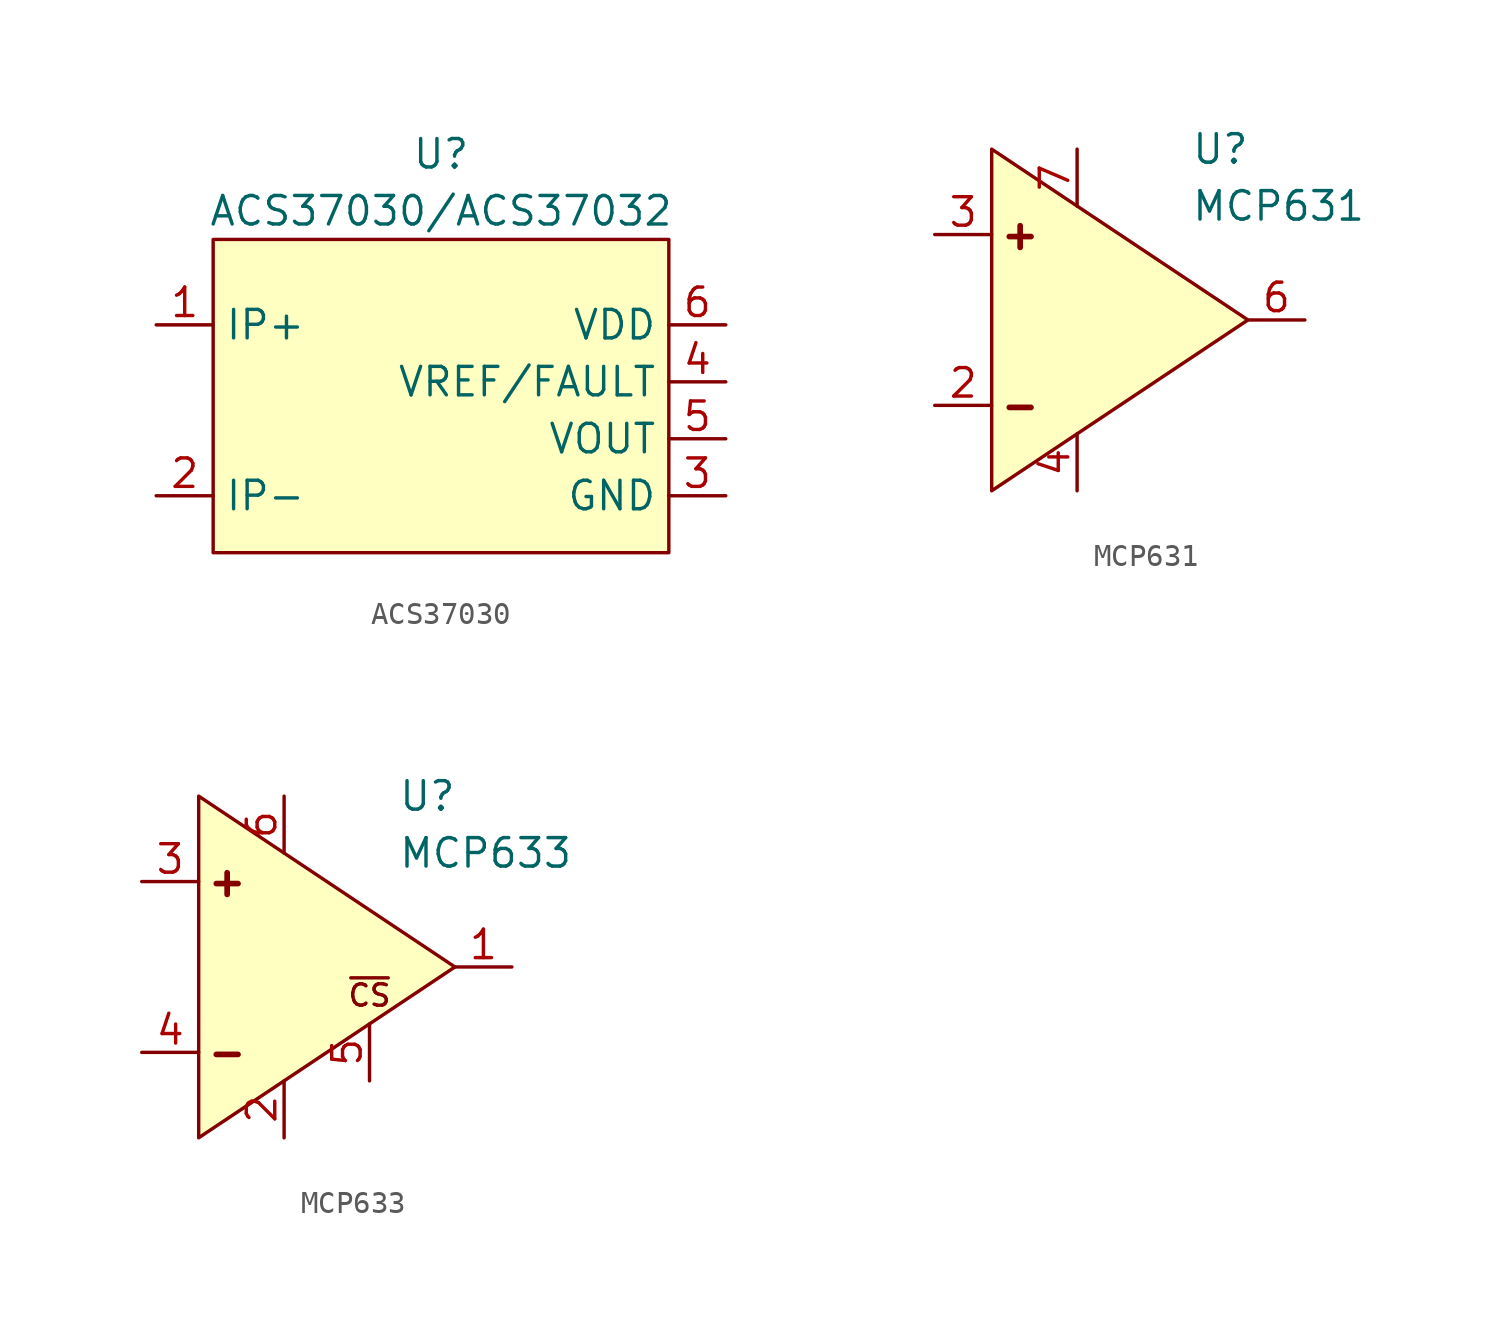
<source format=kicad_sym>
(kicad_symbol_lib
  (version 20231120)
  (generator "kicad_symbol_editor")
  (generator_version "8.0")
  (symbol "ACS37030"
    (property "Reference" "U"
      (at 0 11.43 0)
      (effects (font (size 1.27 1.27))))
    (property "Value" "ACS37030/ACS37032"
      (at 0 8.89 0)
      (effects (font (size 1.27 1.27))))
    (symbol "ACS37030_1_1"
      (rectangle (start -10.16 7.62) (end 10.16 -6.35) (stroke (width 0) (type default)) (fill (type background)))
      (pin passive line (at -12.7 3.81 0) (length 2.54) (name "IP+" (effects (font (size 1.27 1.27)))) (number "1" (effects (font (size 1.27 1.27)))))
      (pin passive line (at -12.7 -3.81 0) (length 2.54) (name "IP-" (effects (font (size 1.27 1.27)))) (number "2" (effects (font (size 1.27 1.27)))))
      (pin power_in line (at 12.7 -3.81 180) (length 2.54) (name "GND" (effects (font (size 1.27 1.27)))) (number "3" (effects (font (size 1.27 1.27)))))
      (pin passive line (at 12.7 1.27 180) (length 2.54) (name "VREF/FAULT" (effects (font (size 1.27 1.27)))) (number "4" (effects (font (size 1.27 1.27)))))
      (pin passive line (at 12.7 -1.27 180) (length 2.54) (name "VOUT" (effects (font (size 1.27 1.27)))) (number "5" (effects (font (size 1.27 1.27)))))
      (pin power_in line (at 12.7 3.81 180) (length 2.54) (name "VDD" (effects (font (size 1.27 1.27)))) (number "6" (effects (font (size 1.27 1.27)))))))
  (symbol "MCP631"
    (pin_names hide)
    (property "Reference" "U"
      (at 5.08 7.62 0)
      (effects (font (size 1.27 1.27)) (justify left)))
    (property "Value" "MCP631"
      (at 5.08 5.08 0)
      (effects (font (size 1.27 1.27)) (justify left)))
    (symbol "MCP631_1_1"
      (polyline (pts (xy -3.81 7.62) (xy -3.81 -7.62) (xy 7.62 0) (xy -3.81 7.62)) (stroke (width 0) (type default)) (fill (type background)))
      (text "+" (at -2.54 3.81 0) (effects (font (size 1.27 1.27) (bold yes))))
      (text "-" (at -2.54 -3.81 0) (effects (font (size 1.27 1.27) (bold yes))))
      (pin passive line (at -6.35 -3.81 0) (length 2.54) (name "IN-" (effects (font (size 1.27 1.27)))) (number "2" (effects (font (size 1.27 1.27)))))
      (pin passive line (at -6.35 3.81 0) (length 2.54) (name "IN+" (effects (font (size 1.27 1.27)))) (number "3" (effects (font (size 1.27 1.27)))))
      (pin power_in line (at 0 -7.62 90) (length 2.54) (name "VSS" (effects (font (size 1.27 1.27)))) (number "4" (effects (font (size 1.27 1.27)))))
      (pin passive line (at 10.16 0 180) (length 2.54) (name "VOUT" (effects (font (size 1.27 1.27)))) (number "6" (effects (font (size 1.27 1.27)))))
      (pin power_in line (at 0 7.62 270) (length 2.54) (name "VDD" (effects (font (size 1.27 1.27)))) (number "7" (effects (font (size 1.27 1.27)))))))
  (symbol "MCP633"
    (pin_names hide)
    (property "Reference" "U"
      (at 5.08 7.62 0)
      (effects (font (size 1.27 1.27)) (justify left)))
    (property "Value" "MCP633"
      (at 5.08 5.08 0)
      (effects (font (size 1.27 1.27)) (justify left)))
    (symbol "MCP633_1_1"
      (polyline (pts (xy -3.81 7.62) (xy -3.81 -7.62) (xy 7.62 0) (xy -3.81 7.62)) (stroke (width 0) (type default)) (fill (type background)))
      (text "+" (at -2.54 3.81 0) (effects (font (size 1.27 1.27) (bold yes))))
      (text "-" (at -2.54 -3.81 0) (effects (font (size 1.27 1.27) (bold yes))))
      (text "~{CS}" (at 3.81 -1.27 0) (effects (font (size 0.953 0.953))))
      (pin passive line (at 10.16 0 180) (length 2.54) (name "VOUT" (effects (font (size 1.27 1.27)))) (number "1" (effects (font (size 1.27 1.27)))))
      (pin power_in line (at 0 -7.62 90) (length 2.54) (name "VSS" (effects (font (size 1.27 1.27)))) (number "2" (effects (font (size 1.27 1.27)))))
      (pin passive line (at -6.35 3.81 0) (length 2.54) (name "IN+" (effects (font (size 1.27 1.27)))) (number "3" (effects (font (size 1.27 1.27)))))
      (pin passive line (at -6.35 -3.81 0) (length 2.54) (name "IN-" (effects (font (size 1.27 1.27)))) (number "4" (effects (font (size 1.27 1.27)))))
      (pin input line (at 3.81 -5.08 90) (length 2.54) (name "~{CS}" (effects (font (size 1.27 1.27)))) (number "5" (effects (font (size 1.27 1.27)))))
      (pin power_in line (at 0 7.62 270) (length 2.54) (name "VDD" (effects (font (size 1.27 1.27)))) (number "6" (effects (font (size 1.27 1.27))))))))
</source>
